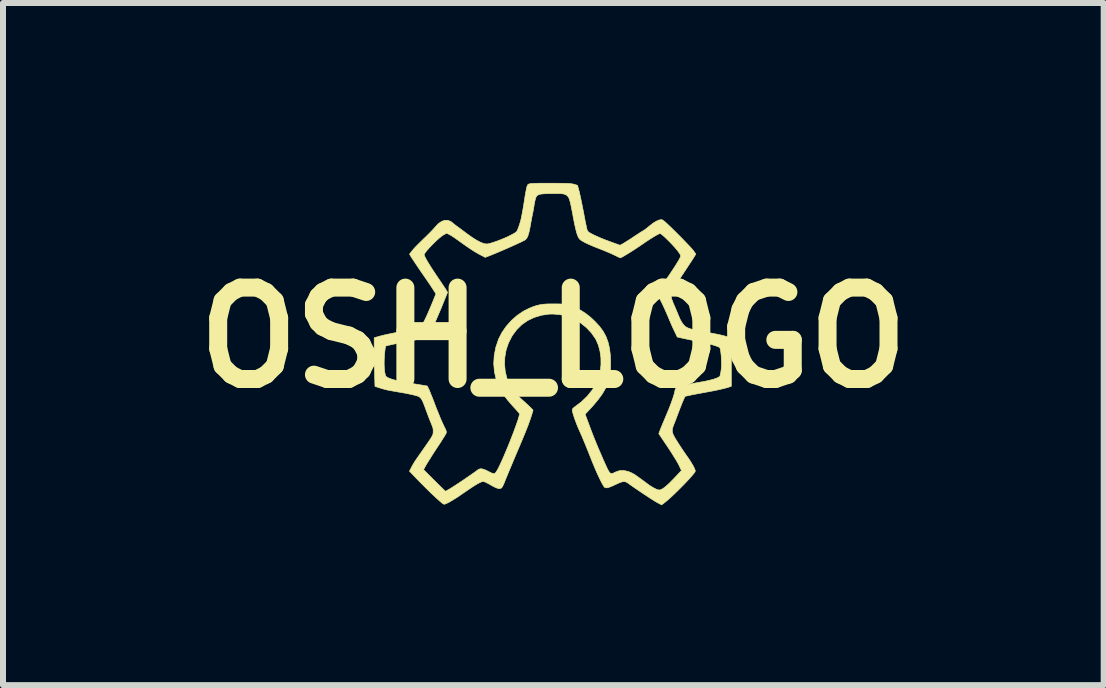
<source format=kicad_pcb>
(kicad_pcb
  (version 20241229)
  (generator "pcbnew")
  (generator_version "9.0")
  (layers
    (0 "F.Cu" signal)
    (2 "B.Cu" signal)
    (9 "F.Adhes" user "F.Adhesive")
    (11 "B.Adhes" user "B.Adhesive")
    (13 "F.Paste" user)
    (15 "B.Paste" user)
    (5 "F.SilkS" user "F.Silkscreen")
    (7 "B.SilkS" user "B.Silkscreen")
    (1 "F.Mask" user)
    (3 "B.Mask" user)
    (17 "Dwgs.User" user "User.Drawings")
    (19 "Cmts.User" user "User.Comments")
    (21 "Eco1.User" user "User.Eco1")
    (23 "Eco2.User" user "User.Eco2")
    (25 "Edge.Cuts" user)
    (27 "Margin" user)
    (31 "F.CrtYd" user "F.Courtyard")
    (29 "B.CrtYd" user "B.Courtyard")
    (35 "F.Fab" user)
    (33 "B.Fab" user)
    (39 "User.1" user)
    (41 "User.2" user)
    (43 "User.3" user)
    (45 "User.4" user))
  (footprint "OSH_LOGO"
    (layer "F.Cu")
    (at 6.176 2.58)
    (property "Reference" "OSH_LOGO" (at 0 0 0) (layer "F.SilkS") (effects (font (size 1.524 1.524) (thickness 0.3))))
    (attr through_hole)
    (fp_poly (pts (xy -0.041 -2.575) (xy 0.054 -2.575) (xy 0.13 -2.574) (xy 0.191 -2.573) (xy 0.239 -2.572) (xy 0.276 -2.569) (xy 0.304 -2.566) (xy 0.327 -2.562) (xy 0.346 -2.558) (xy 0.346 -2.557) (xy 0.403 -2.54) (xy 0.43 -2.441) (xy 0.439 -2.403) (xy 0.451 -2.348) (xy 0.465 -2.282) (xy 0.48 -2.209) (xy 0.495 -2.133) (xy 0.504 -2.088) (xy 0.517 -2.017) (xy 0.53 -1.95) (xy 0.542 -1.892) (xy 0.552 -1.845) (xy 0.559 -1.812) (xy 0.563 -1.798) (xy 0.57 -1.782) (xy 0.581 -1.767) (xy 0.599 -1.753) (xy 0.629 -1.736) (xy 0.674 -1.713) (xy 0.676 -1.712) (xy 0.722 -1.691) (xy 0.781 -1.665) (xy 0.847 -1.638) (xy 0.913 -1.613) (xy 0.945 -1.601) (xy 1.112 -1.541) (xy 1.163 -1.569) (xy 1.191 -1.586) (xy 1.231 -1.611) (xy 1.277 -1.64) (xy 1.326 -1.672) (xy 1.331 -1.676) (xy 1.378 -1.707) (xy 1.424 -1.737) (xy 1.463 -1.762) (xy 1.491 -1.779) (xy 1.494 -1.78) (xy 1.524 -1.8) (xy 1.561 -1.828) (xy 1.599 -1.859) (xy 1.605 -1.864) (xy 1.664 -1.91) (xy 1.718 -1.943) (xy 1.765 -1.963) (xy 1.803 -1.968) (xy 1.809 -1.967) (xy 1.823 -1.961) (xy 1.843 -1.946) (xy 1.873 -1.922) (xy 1.911 -1.886) (xy 1.961 -1.839) (xy 2.022 -1.779) (xy 2.071 -1.73) (xy 2.13 -1.671) (xy 2.185 -1.614) (xy 2.235 -1.562) (xy 2.278 -1.517) (xy 2.311 -1.48) (xy 2.333 -1.454) (xy 2.339 -1.446) (xy 2.376 -1.394) (xy 2.343 -1.34) (xy 2.328 -1.316) (xy 2.304 -1.279) (xy 2.273 -1.232) (xy 2.237 -1.177) (xy 2.198 -1.118) (xy 2.157 -1.056) (xy 2.117 -0.995) (xy 2.078 -0.937) (xy 2.043 -0.886) (xy 2.014 -0.843) (xy 1.993 -0.812) (xy 1.98 -0.794) (xy 1.98 -0.794) (xy 1.963 -0.756) (xy 1.96 -0.707) (xy 1.973 -0.646) (xy 2.001 -0.571) (xy 2.006 -0.561) (xy 2.029 -0.508) (xy 2.053 -0.451) (xy 2.075 -0.399) (xy 2.082 -0.381) (xy 2.117 -0.3) (xy 2.153 -0.239) (xy 2.191 -0.195) (xy 2.212 -0.179) (xy 2.242 -0.163) (xy 2.283 -0.148) (xy 2.339 -0.132) (xy 2.409 -0.117) (xy 2.497 -0.1) (xy 2.576 -0.086) (xy 2.688 -0.066) (xy 2.78 -0.047) (xy 2.854 -0.029) (xy 2.909 -0.011) (xy 2.929 -0.004) (xy 2.967 0.013) (xy 2.967 0.412) (xy 2.967 0.811) (xy 2.918 0.827) (xy 2.858 0.844) (xy 2.778 0.863) (xy 2.681 0.884) (xy 2.568 0.905) (xy 2.545 0.909) (xy 2.481 0.921) (xy 2.415 0.933) (xy 2.353 0.945) (xy 2.302 0.955) (xy 2.294 0.957) (xy 2.196 0.978) (xy 2.166 1.045) (xy 2.151 1.08) (xy 2.132 1.128) (xy 2.11 1.184) (xy 2.088 1.241) (xy 2.083 1.254) (xy 2.062 1.31) (xy 2.042 1.365) (xy 2.023 1.412) (xy 2.009 1.448) (xy 2.006 1.454) (xy 1.988 1.507) (xy 1.982 1.552) (xy 1.99 1.594) (xy 1.997 1.612) (xy 2.011 1.641) (xy 2.034 1.682) (xy 2.066 1.733) (xy 2.103 1.791) (xy 2.143 1.852) (xy 2.184 1.913) (xy 2.224 1.971) (xy 2.234 1.984) (xy 2.273 2.041) (xy 2.307 2.095) (xy 2.336 2.145) (xy 2.356 2.187) (xy 2.366 2.217) (xy 2.367 2.225) (xy 2.36 2.24) (xy 2.34 2.268) (xy 2.309 2.304) (xy 2.27 2.349) (xy 2.223 2.399) (xy 2.172 2.453) (xy 2.117 2.508) (xy 2.062 2.563) (xy 2.008 2.615) (xy 1.957 2.663) (xy 1.911 2.704) (xy 1.872 2.736) (xy 1.869 2.739) (xy 1.805 2.788) (xy 1.728 2.747) (xy 1.699 2.73) (xy 1.657 2.704) (xy 1.604 2.67) (xy 1.543 2.63) (xy 1.478 2.587) (xy 1.412 2.542) (xy 1.347 2.498) (xy 1.287 2.456) (xy 1.238 2.421) (xy 1.21 2.405) (xy 1.18 2.4) (xy 1.144 2.404) (xy 1.099 2.42) (xy 1.049 2.443) (xy 0.986 2.472) (xy 0.938 2.492) (xy 0.902 2.502) (xy 0.877 2.504) (xy 0.858 2.498) (xy 0.852 2.493) (xy 0.837 2.473) (xy 0.816 2.437) (xy 0.79 2.387) (xy 0.76 2.325) (xy 0.727 2.254) (xy 0.693 2.176) (xy 0.659 2.094) (xy 0.636 2.037) (xy 0.595 1.933) (xy 0.56 1.846) (xy 0.529 1.77) (xy 0.502 1.705) (xy 0.477 1.645) (xy 0.452 1.589) (xy 0.432 1.544) (xy 0.407 1.487) (xy 0.383 1.426) (xy 0.36 1.365) (xy 0.341 1.309) (xy 0.326 1.26) (xy 0.317 1.224) (xy 0.315 1.207) (xy 0.322 1.184) (xy 0.346 1.161) (xy 0.353 1.156) (xy 0.467 1.071) (xy 0.565 0.976) (xy 0.648 0.873) (xy 0.714 0.763) (xy 0.758 0.658) (xy 0.783 0.557) (xy 0.794 0.448) (xy 0.793 0.337) (xy 0.778 0.228) (xy 0.751 0.126) (xy 0.712 0.035) (xy 0.705 0.021) (xy 0.635 -0.079) (xy 0.551 -0.168) (xy 0.455 -0.245) (xy 0.349 -0.307) (xy 0.235 -0.353) (xy 0.117 -0.383) (xy -0.004 -0.394) (xy -0.066 -0.393) (xy -0.196 -0.374) (xy -0.317 -0.338) (xy -0.427 -0.286) (xy -0.526 -0.217) (xy -0.612 -0.132) (xy -0.686 -0.032) (xy -0.745 0.083) (xy -0.75 0.094) (xy -0.788 0.208) (xy -0.809 0.327) (xy -0.813 0.446) (xy -0.802 0.563) (xy -0.775 0.676) (xy -0.732 0.781) (xy -0.674 0.876) (xy -0.63 0.931) (xy -0.608 0.953) (xy -0.575 0.984) (xy -0.536 1.021) (xy -0.495 1.058) (xy -0.492 1.06) (xy -0.452 1.097) (xy -0.415 1.131) (xy -0.385 1.16) (xy -0.366 1.179) (xy -0.364 1.18) (xy -0.338 1.209) (xy -0.36 1.283) (xy -0.387 1.366) (xy -0.419 1.455) (xy -0.458 1.554) (xy -0.504 1.666) (xy -0.521 1.707) (xy -0.576 1.838) (xy -0.628 1.959) (xy -0.674 2.069) (xy -0.715 2.167) (xy -0.75 2.25) (xy -0.778 2.319) (xy -0.8 2.372) (xy -0.813 2.406) (xy -0.829 2.445) (xy -0.846 2.478) (xy -0.859 2.5) (xy -0.86 2.501) (xy -0.882 2.515) (xy -0.913 2.516) (xy -0.955 2.503) (xy -1.008 2.477) (xy -1.05 2.453) (xy -1.098 2.426) (xy -1.138 2.407) (xy -1.166 2.398) (xy -1.171 2.398) (xy -1.195 2.403) (xy -1.23 2.418) (xy -1.276 2.443) (xy -1.336 2.48) (xy -1.409 2.529) (xy -1.497 2.589) (xy -1.509 2.597) (xy -1.593 2.655) (xy -1.668 2.702) (xy -1.732 2.74) (xy -1.784 2.766) (xy -1.814 2.777) (xy -1.824 2.777) (xy -1.839 2.769) (xy -1.862 2.753) (xy -1.893 2.726) (xy -1.936 2.688) (xy -1.983 2.644) (xy -2.042 2.589) (xy -2.107 2.525) (xy -2.172 2.46) (xy -2.233 2.399) (xy -2.266 2.365) (xy -2.399 2.226) (xy -2.366 2.162) (xy -2.343 2.12) (xy -2.315 2.072) (xy -2.288 2.032) (xy -2.224 1.94) (xy -2.17 1.863) (xy -2.126 1.8) (xy -2.091 1.749) (xy -2.063 1.708) (xy -2.042 1.676) (xy -2.027 1.652) (xy -2.017 1.633) (xy -2.011 1.619) (xy -2.007 1.607) (xy -2.005 1.596) (xy -2.004 1.585) (xy -2.004 1.573) (xy -2.003 1.542) (xy -2.006 1.513) (xy -2.016 1.481) (xy -2.033 1.438) (xy -2.036 1.431) (xy -2.053 1.389) (xy -2.075 1.334) (xy -2.098 1.273) (xy -2.12 1.213) (xy -2.123 1.206) (xy -2.148 1.137) (xy -2.168 1.086) (xy -2.186 1.048) (xy -2.201 1.021) (xy -2.217 1.002) (xy -2.234 0.988) (xy -2.241 0.984) (xy -2.269 0.972) (xy -2.316 0.959) (xy -2.381 0.944) (xy -2.463 0.927) (xy -2.561 0.91) (xy -2.596 0.904) (xy -2.67 0.891) (xy -2.728 0.881) (xy -2.776 0.871) (xy -2.817 0.861) (xy -2.858 0.849) (xy -2.897 0.837) (xy -2.974 0.812) (xy -2.98 0.613) (xy -2.983 0.533) (xy -2.985 0.443) (xy -2.821 0.443) (xy -2.818 0.512) (xy -2.812 0.572) (xy -2.802 0.618) (xy -2.794 0.641) (xy -2.775 0.658) (xy -2.737 0.677) (xy -2.682 0.696) (xy -2.611 0.715) (xy -2.527 0.734) (xy -2.429 0.751) (xy -2.428 0.752) (xy -2.367 0.762) (xy -2.301 0.773) (xy -2.24 0.783) (xy -2.202 0.789) (xy -2.102 0.806) (xy -2.082 0.846) (xy -2.072 0.866) (xy -2.057 0.903) (xy -2.038 0.952) (xy -2.014 1.01) (xy -1.989 1.075) (xy -1.972 1.121) (xy -1.944 1.193) (xy -1.914 1.266) (xy -1.886 1.336) (xy -1.86 1.396) (xy -1.838 1.444) (xy -1.83 1.462) (xy -1.807 1.508) (xy -1.792 1.54) (xy -1.785 1.562) (xy -1.784 1.578) (xy -1.787 1.592) (xy -1.789 1.597) (xy -1.798 1.613) (xy -1.816 1.644) (xy -1.843 1.686) (xy -1.875 1.738) (xy -1.913 1.795) (xy -1.944 1.842) (xy -1.985 1.905) (xy -2.025 1.967) (xy -2.061 2.025) (xy -2.092 2.074) (xy -2.115 2.112) (xy -2.125 2.129) (xy -2.164 2.2) (xy -1.984 2.38) (xy -1.934 2.429) (xy -1.89 2.473) (xy -1.852 2.51) (xy -1.823 2.539) (xy -1.805 2.556) (xy -1.8 2.56) (xy -1.789 2.556) (xy -1.767 2.544) (xy -1.739 2.528) (xy -1.71 2.511) (xy -1.67 2.485) (xy -1.62 2.453) (xy -1.564 2.416) (xy -1.505 2.377) (xy -1.447 2.337) (xy -1.392 2.299) (xy -1.343 2.265) (xy -1.304 2.238) (xy -1.278 2.218) (xy -1.272 2.213) (xy -1.242 2.193) (xy -1.21 2.185) (xy -1.172 2.191) (xy -1.125 2.209) (xy -1.095 2.224) (xy -1.048 2.248) (xy -1.014 2.263) (xy -0.99 2.266) (xy -0.972 2.26) (xy -0.956 2.242) (xy -0.942 2.22) (xy -0.919 2.18) (xy -0.893 2.126) (xy -0.863 2.062) (xy -0.831 1.99) (xy -0.798 1.912) (xy -0.763 1.829) (xy -0.729 1.745) (xy -0.696 1.661) (xy -0.664 1.579) (xy -0.636 1.502) (xy -0.611 1.432) (xy -0.59 1.372) (xy -0.575 1.322) (xy -0.566 1.287) (xy -0.564 1.267) (xy -0.565 1.264) (xy -0.575 1.253) (xy -0.596 1.229) (xy -0.625 1.196) (xy -0.66 1.158) (xy -0.679 1.137) (xy -0.722 1.088) (xy -0.765 1.037) (xy -0.803 0.988) (xy -0.833 0.947) (xy -0.839 0.94) (xy -0.905 0.822) (xy -0.953 0.697) (xy -0.983 0.566) (xy -0.994 0.432) (xy -0.986 0.296) (xy -0.959 0.16) (xy -0.914 0.025) (xy -0.858 -0.085) (xy -0.785 -0.19) (xy -0.699 -0.287) (xy -0.602 -0.372) (xy -0.498 -0.442) (xy -0.409 -0.487) (xy -0.342 -0.515) (xy -0.283 -0.535) (xy -0.228 -0.548) (xy -0.171 -0.557) (xy -0.105 -0.562) (xy -0.027 -0.563) (xy 0 -0.563) (xy 0.066 -0.563) (xy 0.117 -0.562) (xy 0.156 -0.559) (xy 0.188 -0.555) (xy 0.218 -0.549) (xy 0.25 -0.54) (xy 0.267 -0.535) (xy 0.365 -0.501) (xy 0.453 -0.459) (xy 0.535 -0.407) (xy 0.617 -0.343) (xy 0.693 -0.272) (xy 0.769 -0.19) (xy 0.83 -0.107) (xy 0.878 -0.019) (xy 0.913 0.076) (xy 0.937 0.18) (xy 0.951 0.298) (xy 0.955 0.431) (xy 0.955 0.431) (xy 0.954 0.502) (xy 0.952 0.558) (xy 0.949 0.603) (xy 0.942 0.642) (xy 0.935 0.677) (xy 0.907 0.763) (xy 0.868 0.849) (xy 0.816 0.938) (xy 0.749 1.03) (xy 0.667 1.129) (xy 0.621 1.179) (xy 0.53 1.277) (xy 0.594 1.449) (xy 0.628 1.54) (xy 0.659 1.621) (xy 0.689 1.696) (xy 0.719 1.77) (xy 0.752 1.849) (xy 0.79 1.936) (xy 0.833 2.036) (xy 0.836 2.042) (xy 0.869 2.116) (xy 0.895 2.173) (xy 0.916 2.214) (xy 0.934 2.243) (xy 0.95 2.259) (xy 0.967 2.265) (xy 0.986 2.263) (xy 1.009 2.254) (xy 1.037 2.24) (xy 1.038 2.239) (xy 1.103 2.217) (xy 1.172 2.214) (xy 1.246 2.23) (xy 1.269 2.239) (xy 1.299 2.252) (xy 1.329 2.267) (xy 1.361 2.286) (xy 1.398 2.312) (xy 1.444 2.345) (xy 1.502 2.387) (xy 1.534 2.411) (xy 1.607 2.465) (xy 1.671 2.504) (xy 1.722 2.529) (xy 1.761 2.54) (xy 1.767 2.54) (xy 1.796 2.533) (xy 1.833 2.512) (xy 1.879 2.476) (xy 1.935 2.425) (xy 2.001 2.358) (xy 2.013 2.346) (xy 2.136 2.215) (xy 2.094 2.126) (xy 2.076 2.092) (xy 2.049 2.045) (xy 2.014 1.989) (xy 1.975 1.926) (xy 1.933 1.861) (xy 1.904 1.818) (xy 1.758 1.6) (xy 1.778 1.546) (xy 1.788 1.52) (xy 1.805 1.479) (xy 1.826 1.428) (xy 1.851 1.369) (xy 1.877 1.307) (xy 1.879 1.302) (xy 1.926 1.19) (xy 1.964 1.091) (xy 1.994 1.006) (xy 2.015 0.937) (xy 2.027 0.886) (xy 2.032 0.862) (xy 2.041 0.847) (xy 2.06 0.835) (xy 2.09 0.823) (xy 2.156 0.802) (xy 2.24 0.781) (xy 2.337 0.761) (xy 2.418 0.747) (xy 2.513 0.73) (xy 2.596 0.712) (xy 2.666 0.694) (xy 2.72 0.676) (xy 2.757 0.658) (xy 2.777 0.642) (xy 2.779 0.637) (xy 2.791 0.581) (xy 2.798 0.536) (xy 2.802 0.494) (xy 2.804 0.446) (xy 2.804 0.422) (xy 2.802 0.358) (xy 2.798 0.293) (xy 2.791 0.234) (xy 2.782 0.186) (xy 2.778 0.172) (xy 2.766 0.16) (xy 2.735 0.146) (xy 2.689 0.13) (xy 2.63 0.113) (xy 2.561 0.095) (xy 2.482 0.076) (xy 2.397 0.058) (xy 2.332 0.046) (xy 2.276 0.035) (xy 2.214 0.022) (xy 2.158 0.01) (xy 2.153 0.009) (xy 2.066 -0.011) (xy 2.014 -0.12) (xy 1.987 -0.177) (xy 1.958 -0.243) (xy 1.93 -0.309) (xy 1.915 -0.345) (xy 1.886 -0.412) (xy 1.854 -0.484) (xy 1.821 -0.555) (xy 1.789 -0.62) (xy 1.76 -0.673) (xy 1.752 -0.688) (xy 1.732 -0.721) (xy 1.763 -0.78) (xy 1.777 -0.806) (xy 1.802 -0.845) (xy 1.833 -0.894) (xy 1.869 -0.95) (xy 1.907 -1.008) (xy 1.92 -1.026) (xy 1.98 -1.116) (xy 2.029 -1.191) (xy 2.067 -1.252) (xy 2.095 -1.298) (xy 2.113 -1.333) (xy 2.122 -1.355) (xy 2.123 -1.363) (xy 2.116 -1.384) (xy 2.096 -1.417) (xy 2.064 -1.459) (xy 2.022 -1.509) (xy 1.972 -1.563) (xy 1.916 -1.62) (xy 1.913 -1.623) (xy 1.873 -1.662) (xy 1.837 -1.695) (xy 1.807 -1.72) (xy 1.788 -1.735) (xy 1.782 -1.737) (xy 1.762 -1.731) (xy 1.727 -1.714) (xy 1.679 -1.686) (xy 1.618 -1.648) (xy 1.546 -1.601) (xy 1.465 -1.545) (xy 1.463 -1.544) (xy 1.405 -1.505) (xy 1.346 -1.466) (xy 1.288 -1.429) (xy 1.235 -1.396) (xy 1.188 -1.368) (xy 1.151 -1.346) (xy 1.125 -1.334) (xy 1.116 -1.331) (xy 1.104 -1.335) (xy 1.079 -1.347) (xy 1.044 -1.364) (xy 1.019 -1.376) (xy 0.977 -1.396) (xy 0.922 -1.42) (xy 0.86 -1.446) (xy 0.797 -1.472) (xy 0.772 -1.481) (xy 0.671 -1.521) (xy 0.588 -1.557) (xy 0.522 -1.588) (xy 0.472 -1.617) (xy 0.45 -1.632) (xy 0.433 -1.649) (xy 0.417 -1.674) (xy 0.402 -1.71) (xy 0.386 -1.757) (xy 0.371 -1.818) (xy 0.354 -1.895) (xy 0.335 -1.99) (xy 0.326 -2.041) (xy 0.309 -2.129) (xy 0.295 -2.199) (xy 0.283 -2.254) (xy 0.271 -2.296) (xy 0.26 -2.327) (xy 0.247 -2.349) (xy 0.233 -2.365) (xy 0.217 -2.377) (xy 0.208 -2.382) (xy 0.192 -2.389) (xy 0.174 -2.395) (xy 0.152 -2.399) (xy 0.121 -2.401) (xy 0.079 -2.402) (xy 0.022 -2.402) (xy -0.01 -2.402) (xy -0.09 -2.402) (xy -0.153 -2.399) (xy -0.2 -2.395) (xy -0.235 -2.388) (xy -0.259 -2.377) (xy -0.276 -2.363) (xy -0.288 -2.344) (xy -0.29 -2.339) (xy -0.299 -2.312) (xy -0.309 -2.272) (xy -0.318 -2.225) (xy -0.321 -2.205) (xy -0.33 -2.152) (xy -0.34 -2.096) (xy -0.349 -2.048) (xy -0.352 -2.037) (xy -0.36 -1.996) (xy -0.37 -1.943) (xy -0.38 -1.886) (xy -0.386 -1.854) (xy -0.4 -1.782) (xy -0.414 -1.728) (xy -0.428 -1.687) (xy -0.445 -1.656) (xy -0.465 -1.634) (xy -0.48 -1.624) (xy -0.511 -1.609) (xy -0.555 -1.587) (xy -0.61 -1.562) (xy -0.673 -1.533) (xy -0.741 -1.503) (xy -0.811 -1.472) (xy -0.882 -1.442) (xy -0.949 -1.413) (xy -1.01 -1.388) (xy -1.064 -1.366) (xy -1.089 -1.357) (xy -1.136 -1.339) (xy -1.229 -1.387) (xy -1.268 -1.409) (xy -1.31 -1.433) (xy -1.357 -1.463) (xy -1.411 -1.499) (xy -1.475 -1.543) (xy -1.551 -1.597) (xy -1.605 -1.636) (xy -1.646 -1.665) (xy -1.687 -1.692) (xy -1.722 -1.713) (xy -1.73 -1.717) (xy -1.778 -1.742) (xy -1.824 -1.718) (xy -1.855 -1.698) (xy -1.893 -1.668) (xy -1.936 -1.631) (xy -1.981 -1.588) (xy -2.026 -1.543) (xy -2.068 -1.499) (xy -2.104 -1.458) (xy -2.132 -1.423) (xy -2.15 -1.396) (xy -2.154 -1.383) (xy -2.148 -1.363) (xy -2.131 -1.328) (xy -2.105 -1.281) (xy -2.07 -1.223) (xy -2.027 -1.155) (xy -1.977 -1.079) (xy -1.928 -1.006) (xy -1.89 -0.95) (xy -1.855 -0.898) (xy -1.825 -0.853) (xy -1.801 -0.817) (xy -1.787 -0.795) (xy -1.785 -0.791) (xy -1.764 -0.755) (xy -1.842 -0.563) (xy -1.872 -0.488) (xy -1.908 -0.404) (xy -1.945 -0.318) (xy -1.979 -0.239) (xy -2 -0.194) (xy -2.028 -0.132) (xy -2.049 -0.086) (xy -2.066 -0.054) (xy -2.079 -0.032) (xy -2.09 -0.019) (xy -2.101 -0.01) (xy -2.114 -0.005) (xy -2.118 -0.003) (xy -2.131 0.001) (xy -2.148 0.005) (xy -2.17 0.011) (xy -2.201 0.017) (xy -2.241 0.026) (xy -2.292 0.036) (xy -2.357 0.049) (xy -2.437 0.065) (xy -2.533 0.083) (xy -2.626 0.101) (xy -2.681 0.112) (xy -2.729 0.123) (xy -2.767 0.131) (xy -2.79 0.138) (xy -2.796 0.14) (xy -2.799 0.152) (xy -2.804 0.181) (xy -2.809 0.222) (xy -2.814 0.272) (xy -2.816 0.291) (xy -2.82 0.368) (xy -2.821 0.443) (xy -2.985 0.443) (xy -2.985 0.441) (xy -2.986 0.347) (xy -2.987 0.257) (xy -2.987 0.207) (xy -2.987 0.001) (xy -2.934 -0.014) (xy -2.869 -0.032) (xy -2.808 -0.047) (xy -2.743 -0.061) (xy -2.669 -0.076) (xy -2.611 -0.087) (xy -2.49 -0.11) (xy -2.389 -0.132) (xy -2.308 -0.152) (xy -2.257 -0.167) (xy -2.237 -0.175) (xy -2.218 -0.187) (xy -2.2 -0.204) (xy -2.182 -0.228) (xy -2.162 -0.26) (xy -2.14 -0.303) (xy -2.114 -0.358) (xy -2.083 -0.427) (xy -2.047 -0.512) (xy -2.012 -0.596) (xy -1.993 -0.643) (xy -1.977 -0.683) (xy -1.965 -0.713) (xy -1.959 -0.728) (xy -1.958 -0.729) (xy -1.963 -0.739) (xy -1.979 -0.764) (xy -2.003 -0.801) (xy -2.034 -0.849) (xy -2.072 -0.906) (xy -2.115 -0.969) (xy -2.144 -1.011) (xy -2.192 -1.08) (xy -2.237 -1.146) (xy -2.278 -1.207) (xy -2.313 -1.259) (xy -2.341 -1.301) (xy -2.36 -1.33) (xy -2.366 -1.339) (xy -2.398 -1.393) (xy -2.347 -1.458) (xy -2.323 -1.486) (xy -2.287 -1.525) (xy -2.243 -1.569) (xy -2.195 -1.616) (xy -2.158 -1.652) (xy -2.11 -1.698) (xy -2.064 -1.744) (xy -2.022 -1.787) (xy -1.989 -1.823) (xy -1.971 -1.844) (xy -1.919 -1.9) (xy -1.865 -1.937) (xy -1.812 -1.957) (xy -1.76 -1.957) (xy -1.711 -1.938) (xy -1.688 -1.921) (xy -1.656 -1.894) (xy -1.621 -1.867) (xy -1.613 -1.861) (xy -1.591 -1.846) (xy -1.558 -1.821) (xy -1.515 -1.789) (xy -1.468 -1.754) (xy -1.44 -1.733) (xy -1.359 -1.675) (xy -1.29 -1.631) (xy -1.23 -1.598) (xy -1.177 -1.576) (xy -1.14 -1.566) (xy -1.121 -1.563) (xy -1.101 -1.563) (xy -1.076 -1.567) (xy -1.043 -1.576) (xy -0.998 -1.59) (xy -0.962 -1.602) (xy -0.9 -1.625) (xy -0.833 -1.652) (xy -0.768 -1.68) (xy -0.72 -1.704) (xy -0.674 -1.728) (xy -0.642 -1.746) (xy -0.622 -1.761) (xy -0.608 -1.775) (xy -0.599 -1.793) (xy -0.591 -1.812) (xy -0.574 -1.857) (xy -0.56 -1.9) (xy -0.547 -1.943) (xy -0.535 -1.992) (xy -0.524 -2.049) (xy -0.511 -2.116) (xy -0.497 -2.199) (xy -0.488 -2.256) (xy -0.475 -2.34) (xy -0.464 -2.407) (xy -0.454 -2.458) (xy -0.447 -2.496) (xy -0.439 -2.522) (xy -0.432 -2.54) (xy -0.425 -2.551) (xy -0.416 -2.558) (xy -0.405 -2.563) (xy -0.403 -2.564) (xy -0.384 -2.568) (xy -0.351 -2.571) (xy -0.301 -2.573) (xy -0.234 -2.575) (xy -0.149 -2.575) (xy -0.044 -2.575) (xy -0.041 -2.575)) (stroke (width 0.01) (type solid)) (fill yes) (layer "F.SilkS")))
  (gr_rect
    (start -3 -3)
    (end 15.352 8.373)
    (stroke (width 0.1) (type default))
    (fill no)
    (layer "Edge.Cuts")))
</source>
